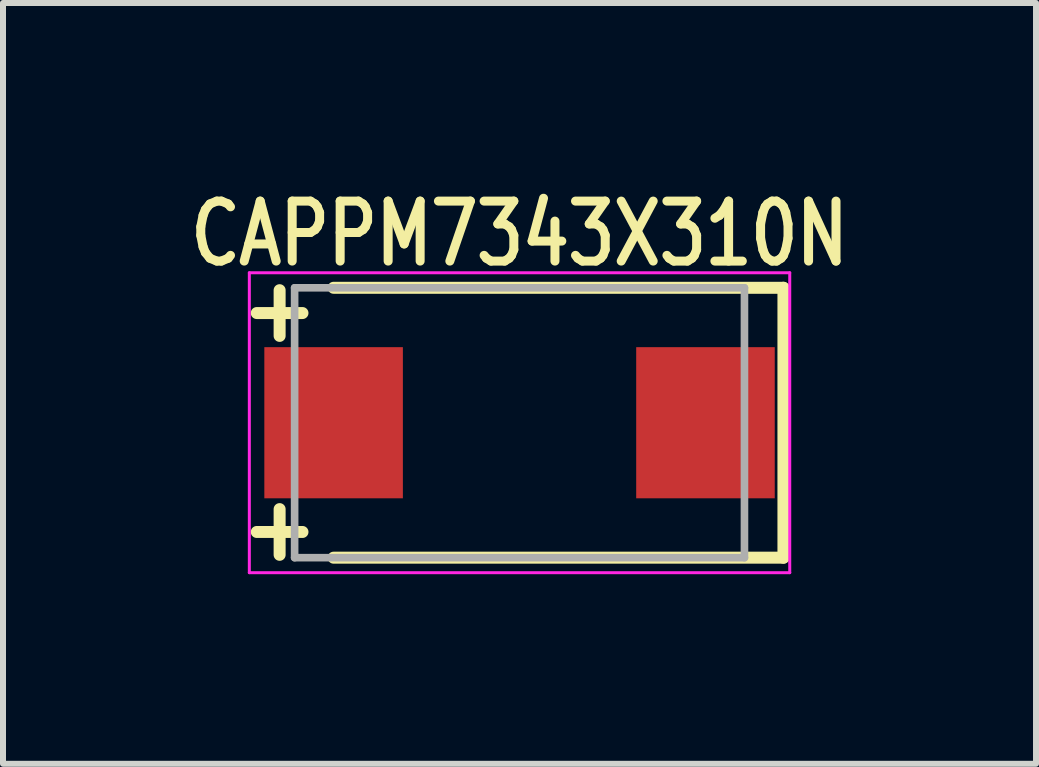
<source format=kicad_pcb>
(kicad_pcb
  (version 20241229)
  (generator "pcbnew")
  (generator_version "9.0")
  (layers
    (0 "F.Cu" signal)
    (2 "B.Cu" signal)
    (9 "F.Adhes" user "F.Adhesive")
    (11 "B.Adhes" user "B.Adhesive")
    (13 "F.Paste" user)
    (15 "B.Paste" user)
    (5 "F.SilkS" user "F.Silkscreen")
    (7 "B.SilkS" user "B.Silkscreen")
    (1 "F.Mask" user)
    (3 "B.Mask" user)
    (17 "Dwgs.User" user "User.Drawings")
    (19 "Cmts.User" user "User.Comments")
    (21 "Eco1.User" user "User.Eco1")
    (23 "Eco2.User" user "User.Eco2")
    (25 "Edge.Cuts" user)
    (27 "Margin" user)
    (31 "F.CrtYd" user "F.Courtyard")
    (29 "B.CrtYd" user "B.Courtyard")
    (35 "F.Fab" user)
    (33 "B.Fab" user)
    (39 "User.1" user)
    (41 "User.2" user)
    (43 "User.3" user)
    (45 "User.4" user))
  (footprint "CAPPM7343X310N"
    (layer "F.Cu")
    (at 5.612 3.998)
    (property "Reference" "CAPPM7343X310N" (at 0 -3.15 0) (layer "F.SilkS") (effects (font (size 1 0.8) (thickness 0.15))))
    (attr through_hole)
    (fp_line (start -3.1 -2.25) (end 4.4 -2.25) (stroke (width 0.2) (type solid)) (layer "F.SilkS"))
    (fp_line (start -3.1 2.25) (end 4.4 2.25) (stroke (width 0.2) (type solid)) (layer "F.SilkS"))
    (fp_line (start 4.4 2.25) (end 4.4 -2.25) (stroke (width 0.2) (type solid)) (layer "F.SilkS"))
    (fp_line (start -4.505 -2.5) (end 4.505 -2.5) (stroke (width 0.05) (type solid)) (layer "F.CrtYd"))
    (fp_line (start -4.505 2.5) (end -4.505 -2.5) (stroke (width 0.05) (type solid)) (layer "F.CrtYd"))
    (fp_line (start -4.505 2.5) (end 4.505 2.5) (stroke (width 0.05) (type solid)) (layer "F.CrtYd"))
    (fp_line (start 4.505 2.5) (end 4.505 -2.5) (stroke (width 0.05) (type solid)) (layer "F.CrtYd"))
    (fp_line (start -3.75 2.25) (end -3.75 -2.25) (stroke (width 0.127) (type solid)) (layer "F.Fab"))
    (fp_line (start 3.75 -2.25) (end -3.75 -2.25) (stroke (width 0.127) (type solid)) (layer "F.Fab"))
    (fp_line (start 3.75 2.25) (end -3.75 2.25) (stroke (width 0.127) (type solid)) (layer "F.Fab"))
    (fp_line (start 3.75 2.25) (end 3.75 -2.25) (stroke (width 0.127) (type solid)) (layer "F.Fab"))
    (fp_text user "+" (at -4 -1.9 0) (unlocked yes) (layer "F.SilkS") (effects (font (size 1 1) (thickness 0.2))))
    (fp_text user "+" (at -4 1.75 0) (unlocked yes) (layer "F.SilkS") (effects (font (size 1 1) (thickness 0.2))))
    (pad "1" smd rect (at -3.1 0) (size 2.31 2.52) (layers "F.Cu" "F.Mask" "F.Paste"))
    (pad "2" smd rect (at 3.1 0) (size 2.31 2.52) (layers "F.Cu" "F.Mask" "F.Paste")))
  (gr_rect
    (start -3 -3)
    (end 14.223 9.684)
    (stroke (width 0.1) (type default))
    (fill no)
    (layer "Edge.Cuts")))
</source>
